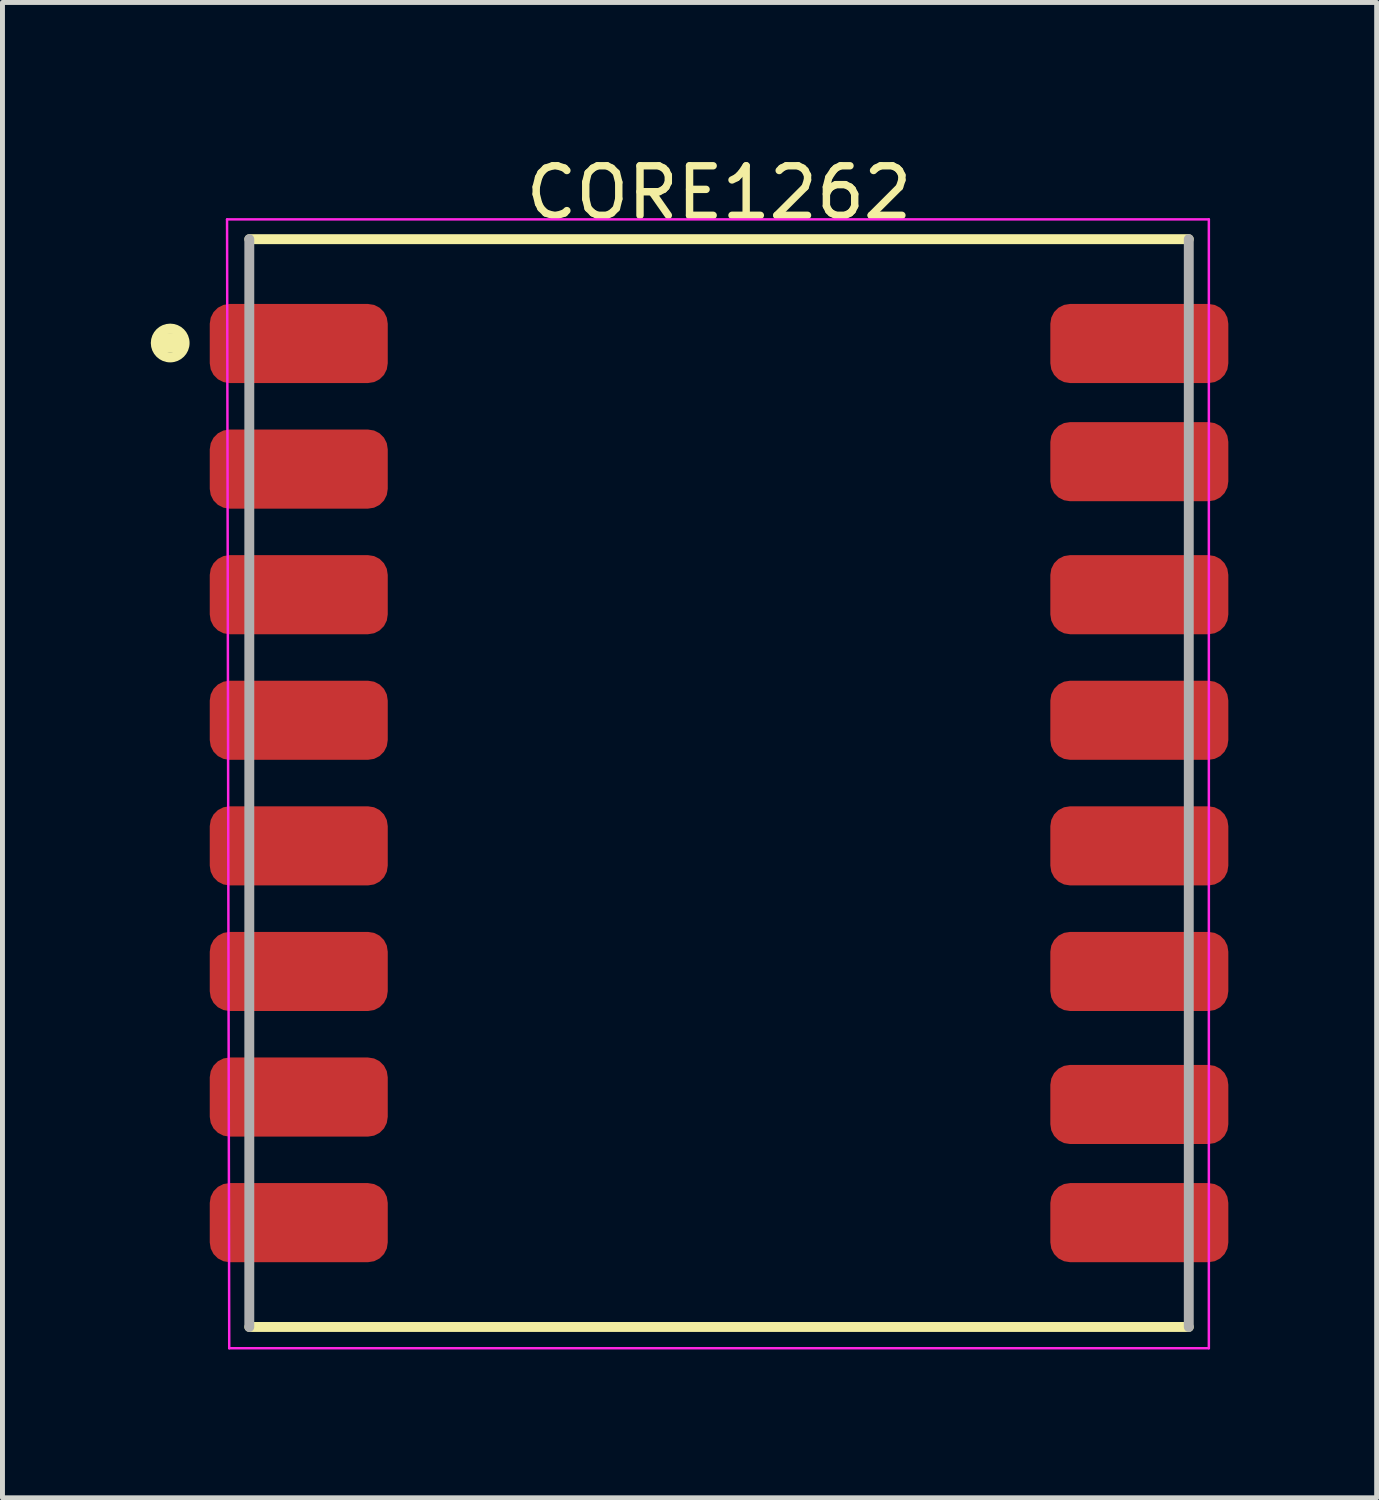
<source format=kicad_pcb>
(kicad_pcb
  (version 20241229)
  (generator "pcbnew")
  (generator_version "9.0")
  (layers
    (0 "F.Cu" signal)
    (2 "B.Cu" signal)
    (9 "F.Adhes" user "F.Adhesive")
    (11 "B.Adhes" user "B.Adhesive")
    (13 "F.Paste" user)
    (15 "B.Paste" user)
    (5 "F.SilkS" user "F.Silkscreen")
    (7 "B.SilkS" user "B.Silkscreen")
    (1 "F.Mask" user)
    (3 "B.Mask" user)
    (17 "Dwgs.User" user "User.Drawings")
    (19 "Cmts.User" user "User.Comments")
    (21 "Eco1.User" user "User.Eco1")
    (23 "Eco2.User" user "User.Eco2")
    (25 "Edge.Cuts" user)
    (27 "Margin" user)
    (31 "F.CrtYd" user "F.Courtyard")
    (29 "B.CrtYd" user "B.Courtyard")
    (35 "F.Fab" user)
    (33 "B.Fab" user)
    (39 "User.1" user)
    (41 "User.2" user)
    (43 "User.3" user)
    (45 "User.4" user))
  (footprint "CORE1262"
    (layer "F.Cu")
    (at 11.492 12.787)
    (property "Reference" "CORE1262" (at 0 -11.938 0) (layer "F.SilkS") (effects (font (size 1.002 1.002) (thickness 0.15))))
    (attr through_hole)
    (fp_line (start -9.5 -11) (end 9.5 -11) (stroke (width 0.2) (type solid)) (layer "F.SilkS"))
    (fp_line (start 9.5 11) (end -9.5 11) (stroke (width 0.2) (type solid)) (layer "F.SilkS"))
    (fp_circle (center -11.1 -8.9) (end -10.808 -8.9) (stroke (width 0.2) (type solid)) (fill no) (layer "F.SilkS"))
    (fp_poly (pts (xy -11.361 -9.1) (xy -10.85 -9.1) (xy -10.85 -8.708) (xy -11.361 -8.708)) (stroke (width 0.01) (type solid)) (fill yes) (layer "F.SilkS"))
    (fp_line (start -9.95 -11.4) (end 9.906 -11.4) (stroke (width 0.05) (type solid)) (layer "F.CrtYd"))
    (fp_line (start -9.906 11.43) (end -9.95 -11.4) (stroke (width 0.05) (type solid)) (layer "F.CrtYd"))
    (fp_line (start 9.906 -11.4) (end 9.906 11.43) (stroke (width 0.05) (type solid)) (layer "F.CrtYd"))
    (fp_line (start 9.906 11.43) (end -9.906 11.43) (stroke (width 0.05) (type solid)) (layer "F.CrtYd"))
    (fp_line (start -9.5 11) (end -9.5 -11) (stroke (width 0.2) (type solid)) (layer "F.Fab"))
    (fp_line (start 9.5 -11) (end 9.5 11) (stroke (width 0.2) (type solid)) (layer "F.Fab"))
    (pad "1" smd roundrect (at -8.5 -8.89) (size 3.6 1.6) (layers "F.Cu" "F.Mask" "F.Paste") (roundrect_rratio 0.25))
    (pad "2" smd roundrect (at -8.5 -6.35) (size 3.6 1.6) (layers "F.Cu" "F.Mask" "F.Paste") (roundrect_rratio 0.25))
    (pad "3" smd roundrect (at -8.5 -3.81) (size 3.6 1.6) (layers "F.Cu" "F.Mask" "F.Paste") (roundrect_rratio 0.25))
    (pad "4" smd roundrect (at -8.5 -1.27) (size 3.6 1.6) (layers "F.Cu" "F.Mask" "F.Paste") (roundrect_rratio 0.25))
    (pad "5" smd roundrect (at -8.5 1.27) (size 3.6 1.6) (layers "F.Cu" "F.Mask" "F.Paste") (roundrect_rratio 0.25))
    (pad "6" smd roundrect (at -8.5 3.81) (size 3.6 1.6) (layers "F.Cu" "F.Mask" "F.Paste") (roundrect_rratio 0.25))
    (pad "7" smd roundrect (at -8.5 6.35) (size 3.6 1.6) (layers "F.Cu" "F.Mask" "F.Paste") (roundrect_rratio 0.25))
    (pad "8" smd roundrect (at -8.5 8.89) (size 3.6 1.6) (layers "F.Cu" "F.Mask" "F.Paste") (roundrect_rratio 0.25))
    (pad "9" smd roundrect (at 8.5 8.89 180) (size 3.6 1.6) (layers "F.Cu" "F.Mask" "F.Paste") (roundrect_rratio 0.25))
    (pad "10" smd roundrect (at 8.5 6.5 180) (size 3.6 1.6) (layers "F.Cu" "F.Mask" "F.Paste") (roundrect_rratio 0.25))
    (pad "11" smd roundrect (at 8.5 3.81 180) (size 3.6 1.6) (layers "F.Cu" "F.Mask" "F.Paste") (roundrect_rratio 0.25))
    (pad "12" smd roundrect (at 8.5 1.27 180) (size 3.6 1.6) (layers "F.Cu" "F.Mask" "F.Paste") (roundrect_rratio 0.25))
    (pad "13" smd roundrect (at 8.5 -1.27 180) (size 3.6 1.6) (layers "F.Cu" "F.Mask" "F.Paste") (roundrect_rratio 0.25))
    (pad "14" smd roundrect (at 8.5 -3.81 180) (size 3.6 1.6) (layers "F.Cu" "F.Mask" "F.Paste") (roundrect_rratio 0.25))
    (pad "15" smd roundrect (at 8.5 -6.5 180) (size 3.6 1.6) (layers "F.Cu" "F.Mask" "F.Paste") (roundrect_rratio 0.25))
    (pad "16" smd roundrect (at 8.5 -8.89 180) (size 3.6 1.6) (layers "F.Cu" "F.Mask" "F.Paste") (roundrect_rratio 0.25)))
  (gr_rect
    (start -3 -3)
    (end 24.792 27.242)
    (stroke (width 0.1) (type default))
    (fill no)
    (layer "Edge.Cuts")))
</source>
